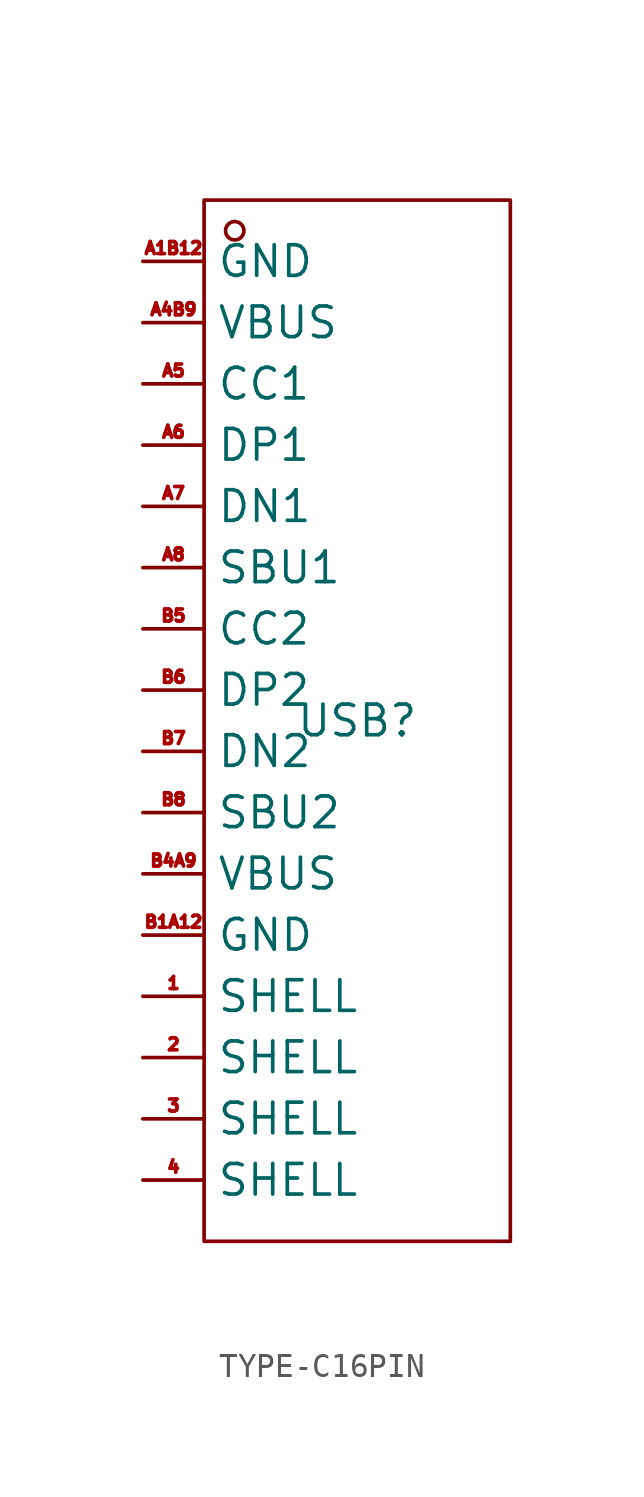
<source format=kicad_sym>
(kicad_symbol_lib
  (version 20241209)
  (generator "kicad_symbol_editor")
  (generator_version "9.0")
  (symbol "TYPE-C16PIN"
    (property "Reference" "USB"
      (at 0 0 0)
      (effects (font (size 1.27 1.27))))
    (symbol "TYPE-C16PIN_1_0"
      (rectangle (start -6.35 -21.59) (end 6.35 21.59) (stroke (width 0) (type default)) (fill (type none)))
      (circle (center -5.08 20.32) (radius 0.381) (stroke (width 0) (type default)) (fill (type none)))
      (pin unspecified line (at -8.89 19.05 0) (length 2.54) (name "GND" (effects (font (size 1.27 1.27)))) (number "A1B12" (effects (font (size 0.5 0.5)))))
      (pin unspecified line (at -8.89 16.51 0) (length 2.54) (name "VBUS" (effects (font (size 1.27 1.27)))) (number "A4B9" (effects (font (size 0.5 0.5)))))
      (pin unspecified line (at -8.89 13.97 0) (length 2.54) (name "CC1" (effects (font (size 1.27 1.27)))) (number "A5" (effects (font (size 0.5 0.5)))))
      (pin unspecified line (at -8.89 11.43 0) (length 2.54) (name "DP1" (effects (font (size 1.27 1.27)))) (number "A6" (effects (font (size 0.5 0.5)))))
      (pin unspecified line (at -8.89 8.89 0) (length 2.54) (name "DN1" (effects (font (size 1.27 1.27)))) (number "A7" (effects (font (size 0.5 0.5)))))
      (pin unspecified line (at -8.89 6.35 0) (length 2.54) (name "SBU1" (effects (font (size 1.27 1.27)))) (number "A8" (effects (font (size 0.5 0.5)))))
      (pin unspecified line (at -8.89 3.81 0) (length 2.54) (name "CC2" (effects (font (size 1.27 1.27)))) (number "B5" (effects (font (size 0.5 0.5)))))
      (pin unspecified line (at -8.89 1.27 0) (length 2.54) (name "DP2" (effects (font (size 1.27 1.27)))) (number "B6" (effects (font (size 0.5 0.5)))))
      (pin unspecified line (at -8.89 -1.27 0) (length 2.54) (name "DN2" (effects (font (size 1.27 1.27)))) (number "B7" (effects (font (size 0.5 0.5)))))
      (pin unspecified line (at -8.89 -3.81 0) (length 2.54) (name "SBU2" (effects (font (size 1.27 1.27)))) (number "B8" (effects (font (size 0.5 0.5)))))
      (pin unspecified line (at -8.89 -6.35 0) (length 2.54) (name "VBUS" (effects (font (size 1.27 1.27)))) (number "B4A9" (effects (font (size 0.5 0.5)))))
      (pin unspecified line (at -8.89 -8.89 0) (length 2.54) (name "GND" (effects (font (size 1.27 1.27)))) (number "B1A12" (effects (font (size 0.5 0.5)))))
      (pin unspecified line (at -8.89 -11.43 0) (length 2.54) (name "SHELL" (effects (font (size 1.27 1.27)))) (number "1" (effects (font (size 0.5 0.5)))))
      (pin unspecified line (at -8.89 -13.97 0) (length 2.54) (name "SHELL" (effects (font (size 1.27 1.27)))) (number "2" (effects (font (size 0.5 0.5)))))
      (pin unspecified line (at -8.89 -16.51 0) (length 2.54) (name "SHELL" (effects (font (size 1.27 1.27)))) (number "3" (effects (font (size 0.5 0.5)))))
      (pin unspecified line (at -8.89 -19.05 0) (length 2.54) (name "SHELL" (effects (font (size 1.27 1.27)))) (number "4" (effects (font (size 0.5 0.5))))))))
</source>
